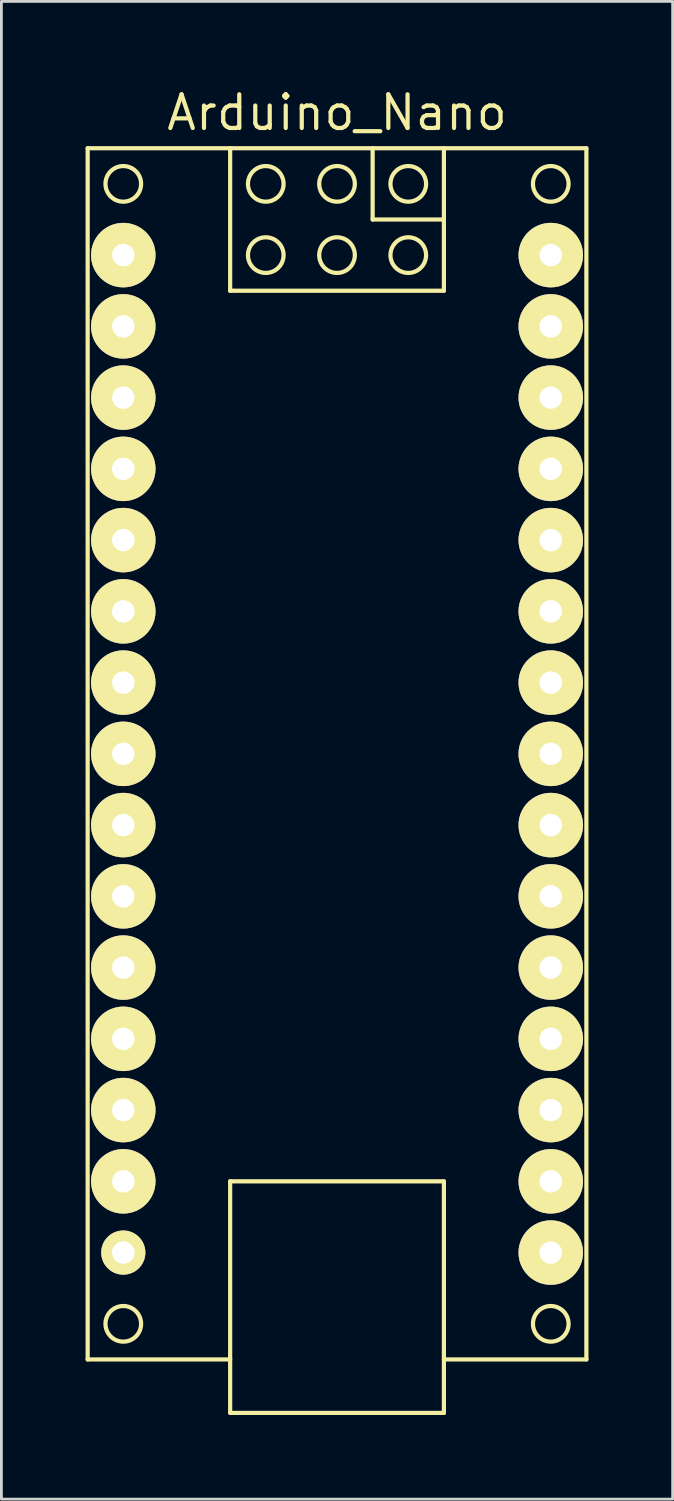
<source format=kicad_pcb>
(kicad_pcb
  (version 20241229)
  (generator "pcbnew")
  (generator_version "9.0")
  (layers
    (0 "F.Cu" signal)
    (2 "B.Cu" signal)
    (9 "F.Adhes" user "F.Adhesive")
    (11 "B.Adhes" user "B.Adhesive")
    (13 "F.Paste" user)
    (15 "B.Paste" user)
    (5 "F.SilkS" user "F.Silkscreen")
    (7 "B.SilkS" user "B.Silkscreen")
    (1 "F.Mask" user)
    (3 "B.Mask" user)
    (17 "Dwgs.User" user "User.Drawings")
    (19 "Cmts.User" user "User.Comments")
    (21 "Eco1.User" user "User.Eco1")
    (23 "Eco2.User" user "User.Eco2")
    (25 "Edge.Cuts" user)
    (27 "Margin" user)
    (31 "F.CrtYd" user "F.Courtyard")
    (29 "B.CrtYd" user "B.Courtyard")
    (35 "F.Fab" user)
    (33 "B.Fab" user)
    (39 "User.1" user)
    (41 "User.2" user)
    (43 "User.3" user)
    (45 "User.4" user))
  (footprint "Arduino_Nano"
    (layer "F.Cu")
    (at 4.715 15.075)
    (property "Reference" "Arduino_Nano" (at 4.25 -14.11 0) (layer "F.SilkS") (effects (font (size 1.2 1.2) (thickness 0.15))))
    (attr through_hole)
    (fp_line (start -4.64 -12.84) (end -4.64 30.34) (stroke (width 0.15) (type solid)) (layer "F.SilkS"))
    (fp_line (start 0.44 -12.84) (end 0.44 -7.76) (stroke (width 0.15) (type solid)) (layer "F.SilkS"))
    (fp_line (start 0.44 -7.76) (end 8.06 -7.76) (stroke (width 0.15) (type solid)) (layer "F.SilkS"))
    (fp_line (start 0.44 23.99) (end 8.06 23.99) (stroke (width 0.15) (type solid)) (layer "F.SilkS"))
    (fp_line (start 0.44 30.34) (end -4.64 30.34) (stroke (width 0.15) (type solid)) (layer "F.SilkS"))
    (fp_line (start 0.44 32.245) (end 0.44 23.99) (stroke (width 0.15) (type solid)) (layer "F.SilkS"))
    (fp_line (start 5.52 -10.3) (end 5.52 -12.84) (stroke (width 0.15) (type solid)) (layer "F.SilkS"))
    (fp_line (start 8.06 -10.3) (end 5.52 -10.3) (stroke (width 0.15) (type solid)) (layer "F.SilkS"))
    (fp_line (start 8.06 -7.76) (end 8.06 -12.84) (stroke (width 0.15) (type solid)) (layer "F.SilkS"))
    (fp_line (start 8.06 23.99) (end 8.06 32.245) (stroke (width 0.15) (type solid)) (layer "F.SilkS"))
    (fp_line (start 8.06 32.245) (end 0.44 32.245) (stroke (width 0.15) (type solid)) (layer "F.SilkS"))
    (fp_line (start 13.14 -12.84) (end -4.64 -12.84) (stroke (width 0.15) (type solid)) (layer "F.SilkS"))
    (fp_line (start 13.14 30.34) (end 8.06 30.34) (stroke (width 0.15) (type solid)) (layer "F.SilkS"))
    (fp_line (start 13.14 30.34) (end 13.14 -12.84) (stroke (width 0.15) (type solid)) (layer "F.SilkS"))
    (fp_circle (center -3.37 -11.57) (end -3.37 -10.935) (stroke (width 0.15) (type solid)) (fill no) (layer "F.SilkS"))
    (fp_circle (center -3.37 29.07) (end -3.37 29.705) (stroke (width 0.15) (type solid)) (fill no) (layer "F.SilkS"))
    (fp_circle (center 1.71 -11.57) (end 1.71 -10.935) (stroke (width 0.15) (type solid)) (fill no) (layer "F.SilkS"))
    (fp_circle (center 1.71 -9.03) (end 1.71 -8.395) (stroke (width 0.15) (type solid)) (fill no) (layer "F.SilkS"))
    (fp_circle (center 4.25 -11.57) (end 4.25 -10.935) (stroke (width 0.15) (type solid)) (fill no) (layer "F.SilkS"))
    (fp_circle (center 4.25 -9.03) (end 4.25 -8.395) (stroke (width 0.15) (type solid)) (fill no) (layer "F.SilkS"))
    (fp_circle (center 6.79 -11.57) (end 6.155 -11.57) (stroke (width 0.15) (type solid)) (fill no) (layer "F.SilkS"))
    (fp_circle (center 6.79 -9.03) (end 6.79 -8.395) (stroke (width 0.15) (type solid)) (fill no) (layer "F.SilkS"))
    (fp_circle (center 11.87 -11.57) (end 11.87 -10.935) (stroke (width 0.15) (type solid)) (fill no) (layer "F.SilkS"))
    (fp_circle (center 11.87 29.07) (end 11.87 29.705) (stroke (width 0.15) (type solid)) (fill no) (layer "F.SilkS"))
    (pad "1" thru_hole circle (at -3.37 -9.03 270) (size 2.3 2.3) (drill 0.8) (layers "*.Cu" "*.Mask" "F.SilkS"))
    (pad "2" thru_hole circle (at -3.37 -6.49 270) (size 2.3 2.3) (drill 0.8) (layers "*.Cu" "*.Mask" "F.SilkS"))
    (pad "3" thru_hole circle (at -3.37 -3.95 270) (size 2.3 2.3) (drill 0.8) (layers "*.Cu" "*.Mask" "F.SilkS"))
    (pad "4" thru_hole circle (at -3.37 -1.41 270) (size 2.3 2.3) (drill 0.8) (layers "*.Cu" "*.Mask" "F.SilkS"))
    (pad "5" thru_hole circle (at -3.37 1.13 270) (size 2.3 2.3) (drill 0.8) (layers "*.Cu" "*.Mask" "F.SilkS"))
    (pad "6" thru_hole circle (at -3.37 3.67 270) (size 2.3 2.3) (drill 0.8) (layers "*.Cu" "*.Mask" "F.SilkS"))
    (pad "7" thru_hole circle (at -3.37 6.21 270) (size 2.3 2.3) (drill 0.8) (layers "*.Cu" "*.Mask" "F.SilkS"))
    (pad "8" thru_hole circle (at -3.37 8.75 270) (size 2.3 2.3) (drill 0.8) (layers "*.Cu" "*.Mask" "F.SilkS"))
    (pad "9" thru_hole circle (at -3.37 11.29 270) (size 2.3 2.3) (drill 0.8) (layers "*.Cu" "*.Mask" "F.SilkS"))
    (pad "10" thru_hole circle (at -3.37 13.83 270) (size 2.3 2.3) (drill 0.8) (layers "*.Cu" "*.Mask" "F.SilkS"))
    (pad "11" thru_hole circle (at -3.37 16.37 270) (size 2.3 2.3) (drill 0.8) (layers "*.Cu" "*.Mask" "F.SilkS"))
    (pad "12" thru_hole circle (at -3.37 18.91 270) (size 2.3 2.3) (drill 0.8) (layers "*.Cu" "*.Mask" "F.SilkS"))
    (pad "13" thru_hole circle (at -3.37 21.45 270) (size 2.3 2.3) (drill 0.8) (layers "*.Cu" "*.Mask" "F.SilkS"))
    (pad "14" thru_hole circle (at -3.37 23.99 270) (size 2.3 2.3) (drill 0.8) (layers "*.Cu" "*.Mask" "F.SilkS"))
    (pad "15" thru_hole circle (at -3.37 26.53 270) (size 1.575 1.575) (drill 0.8) (layers "*.Cu" "*.Mask" "F.SilkS"))
    (pad "16" thru_hole circle (at 11.87 26.53 270) (size 2.3 2.3) (drill 0.8) (layers "*.Cu" "*.Mask" "F.SilkS"))
    (pad "17" thru_hole circle (at 11.87 23.99 270) (size 2.3 2.3) (drill 0.8) (layers "*.Cu" "*.Mask" "F.SilkS"))
    (pad "18" thru_hole circle (at 11.87 21.45 270) (size 2.3 2.3) (drill 0.8) (layers "*.Cu" "*.Mask" "F.SilkS"))
    (pad "19" thru_hole circle (at 11.87 18.91 270) (size 2.3 2.3) (drill 0.8) (layers "*.Cu" "*.Mask" "F.SilkS"))
    (pad "20" thru_hole circle (at 11.87 16.37 270) (size 2.3 2.3) (drill 0.8) (layers "*.Cu" "*.Mask" "F.SilkS"))
    (pad "21" thru_hole circle (at 11.87 13.83 270) (size 2.3 2.3) (drill 0.8) (layers "*.Cu" "*.Mask" "F.SilkS"))
    (pad "22" thru_hole circle (at 11.87 11.29 270) (size 2.3 2.3) (drill 0.8) (layers "*.Cu" "*.Mask" "F.SilkS"))
    (pad "23" thru_hole circle (at 11.87 8.75 270) (size 2.3 2.3) (drill 0.8) (layers "*.Cu" "*.Mask" "F.SilkS"))
    (pad "24" thru_hole circle (at 11.87 6.21 270) (size 2.3 2.3) (drill 0.8) (layers "*.Cu" "*.Mask" "F.SilkS"))
    (pad "25" thru_hole circle (at 11.87 3.67 270) (size 2.3 2.3) (drill 0.8) (layers "*.Cu" "*.Mask" "F.SilkS"))
    (pad "26" thru_hole circle (at 11.87 1.13 270) (size 2.3 2.3) (drill 0.8) (layers "*.Cu" "*.Mask" "F.SilkS"))
    (pad "27" thru_hole circle (at 11.87 -1.41 270) (size 2.3 2.3) (drill 0.8) (layers "*.Cu" "*.Mask" "F.SilkS"))
    (pad "28" thru_hole circle (at 11.87 -3.95 270) (size 2.3 2.3) (drill 0.8) (layers "*.Cu" "*.Mask" "F.SilkS"))
    (pad "29" thru_hole circle (at 11.87 -6.49 270) (size 2.3 2.3) (drill 0.8) (layers "*.Cu" "*.Mask" "F.SilkS"))
    (pad "30" thru_hole circle (at 11.87 -9.03 270) (size 2.3 2.3) (drill 0.8) (layers "*.Cu" "*.Mask" "F.SilkS")))
  (gr_rect
    (start -3 -3)
    (end 20.93 50.395)
    (stroke (width 0.1) (type default))
    (fill no)
    (layer "Edge.Cuts")))
</source>
